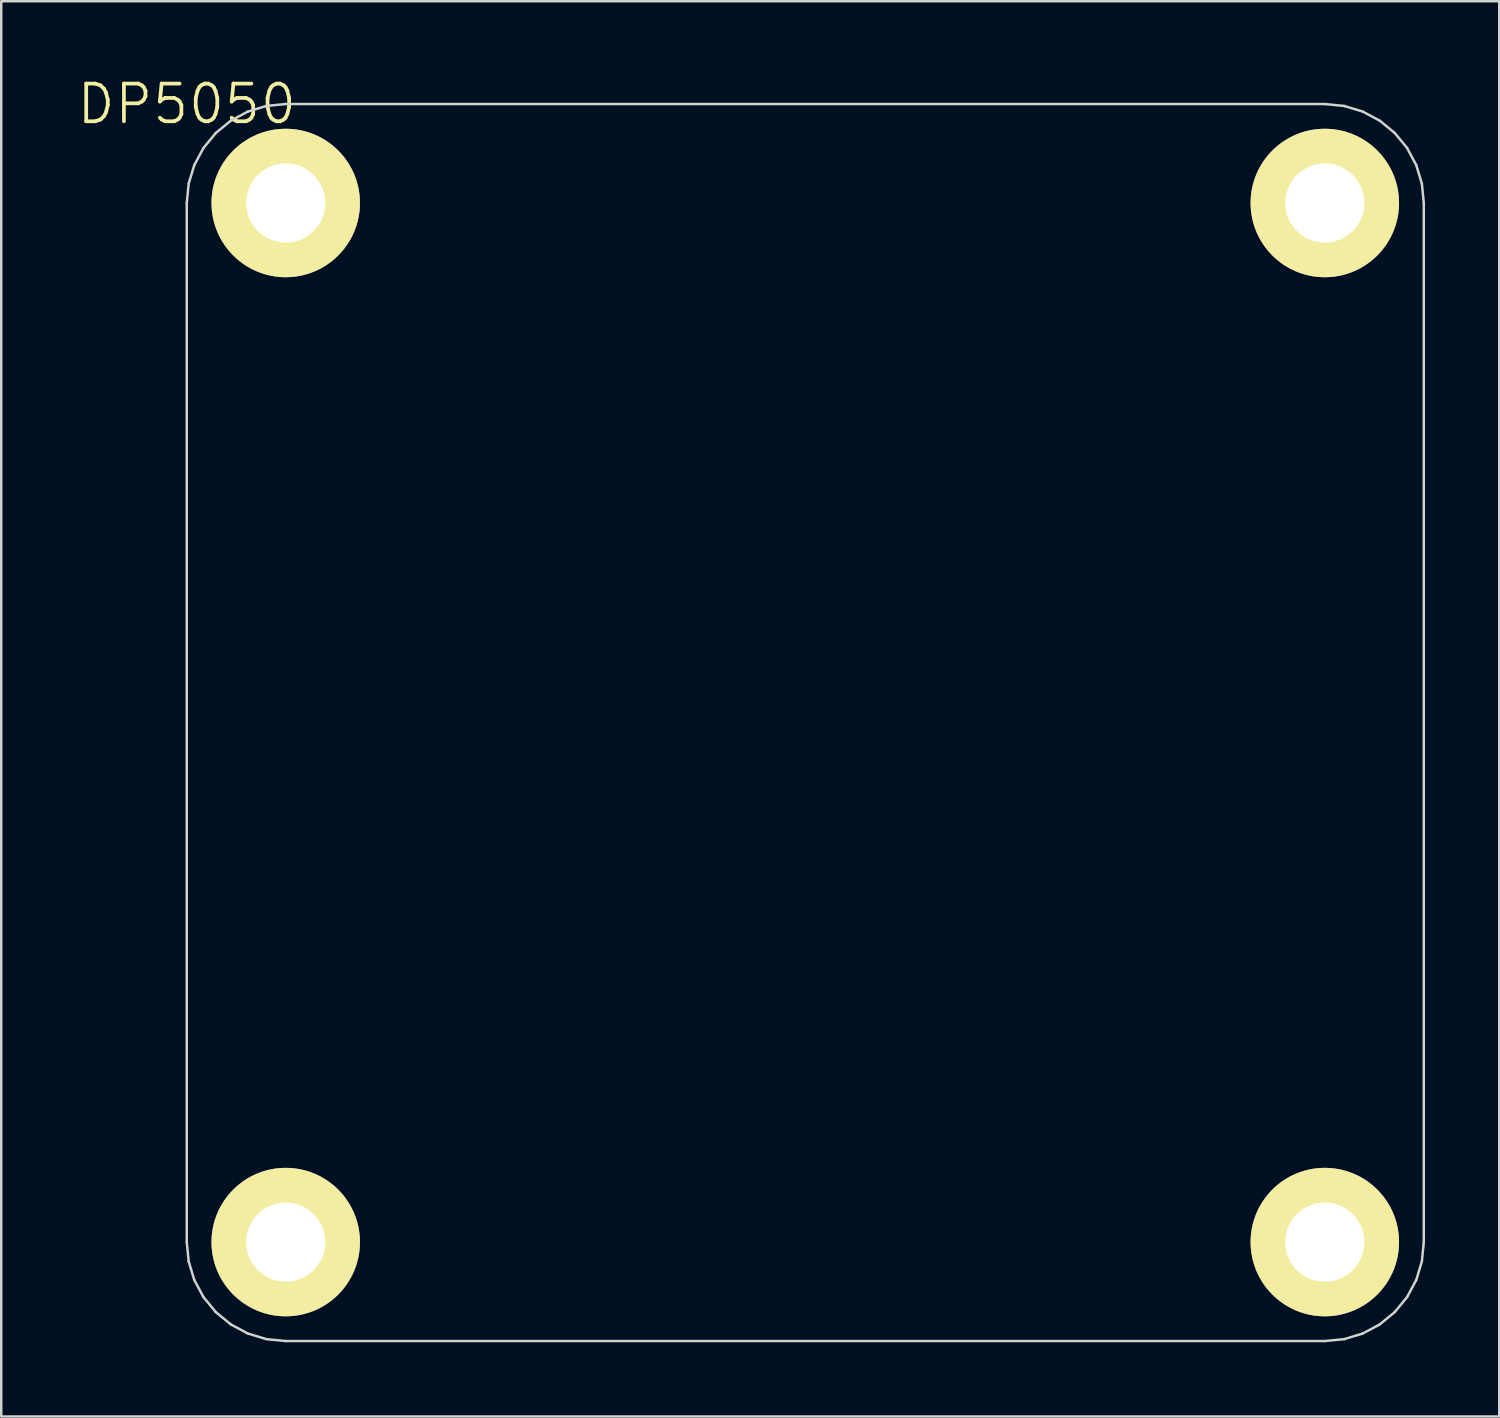
<source format=kicad_pcb>
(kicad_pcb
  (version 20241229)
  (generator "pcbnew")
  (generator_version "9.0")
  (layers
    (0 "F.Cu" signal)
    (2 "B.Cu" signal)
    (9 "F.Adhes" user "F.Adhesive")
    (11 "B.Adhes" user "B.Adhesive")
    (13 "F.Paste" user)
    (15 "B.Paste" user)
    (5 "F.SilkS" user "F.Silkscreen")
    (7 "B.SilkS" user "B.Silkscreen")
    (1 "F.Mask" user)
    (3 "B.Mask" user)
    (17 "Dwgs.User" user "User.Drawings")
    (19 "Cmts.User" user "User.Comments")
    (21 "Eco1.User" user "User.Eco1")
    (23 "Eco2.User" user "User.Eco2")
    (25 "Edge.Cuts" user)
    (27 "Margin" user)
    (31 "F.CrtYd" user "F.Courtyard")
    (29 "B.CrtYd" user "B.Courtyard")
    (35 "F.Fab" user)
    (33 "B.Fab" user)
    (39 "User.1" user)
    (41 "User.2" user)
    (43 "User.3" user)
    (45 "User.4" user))
  (footprint "DP5050"
    (layer "F.Cu")
    (at 4.499 1.155)
    (property "Reference" "DP5050" (at 0 0 0) (layer "F.SilkS") (effects (font (size 1.524 1.524) (thickness 0.15))))
    (attr through_hole)
    (fp_line (start 0 4) (end 0.077 3.22) (stroke (width 0.1) (type solid)) (layer "Edge.Cuts"))
    (fp_line (start 0 46) (end 0 4) (stroke (width 0.1) (type solid)) (layer "Edge.Cuts"))
    (fp_line (start 0.077 3.22) (end 0.304 2.469) (stroke (width 0.1) (type solid)) (layer "Edge.Cuts"))
    (fp_line (start 0.077 46.78) (end 0 46) (stroke (width 0.1) (type solid)) (layer "Edge.Cuts"))
    (fp_line (start 0.304 2.469) (end 0.674 1.778) (stroke (width 0.1) (type solid)) (layer "Edge.Cuts"))
    (fp_line (start 0.304 47.531) (end 0.077 46.78) (stroke (width 0.1) (type solid)) (layer "Edge.Cuts"))
    (fp_line (start 0.674 1.778) (end 1.172 1.172) (stroke (width 0.1) (type solid)) (layer "Edge.Cuts"))
    (fp_line (start 0.674 48.222) (end 0.304 47.531) (stroke (width 0.1) (type solid)) (layer "Edge.Cuts"))
    (fp_line (start 1.172 1.172) (end 1.778 0.674) (stroke (width 0.1) (type solid)) (layer "Edge.Cuts"))
    (fp_line (start 1.172 48.828) (end 0.674 48.222) (stroke (width 0.1) (type solid)) (layer "Edge.Cuts"))
    (fp_line (start 1.778 0.674) (end 2.469 0.304) (stroke (width 0.1) (type solid)) (layer "Edge.Cuts"))
    (fp_line (start 1.778 49.326) (end 1.172 48.828) (stroke (width 0.1) (type solid)) (layer "Edge.Cuts"))
    (fp_line (start 2.469 0.304) (end 3.22 0.077) (stroke (width 0.1) (type solid)) (layer "Edge.Cuts"))
    (fp_line (start 2.469 49.696) (end 1.778 49.326) (stroke (width 0.1) (type solid)) (layer "Edge.Cuts"))
    (fp_line (start 3.22 0.077) (end 4 0) (stroke (width 0.1) (type solid)) (layer "Edge.Cuts"))
    (fp_line (start 3.22 49.923) (end 2.469 49.696) (stroke (width 0.1) (type solid)) (layer "Edge.Cuts"))
    (fp_line (start 4 0) (end 46 0) (stroke (width 0.1) (type solid)) (layer "Edge.Cuts"))
    (fp_line (start 4 50) (end 3.22 49.923) (stroke (width 0.1) (type solid)) (layer "Edge.Cuts"))
    (fp_line (start 46 0) (end 46.78 0.077) (stroke (width 0.1) (type solid)) (layer "Edge.Cuts"))
    (fp_line (start 46 50) (end 4 50) (stroke (width 0.1) (type solid)) (layer "Edge.Cuts"))
    (fp_line (start 46.78 0.077) (end 47.531 0.304) (stroke (width 0.1) (type solid)) (layer "Edge.Cuts"))
    (fp_line (start 46.78 49.923) (end 46 50) (stroke (width 0.1) (type solid)) (layer "Edge.Cuts"))
    (fp_line (start 47.531 0.304) (end 48.222 0.674) (stroke (width 0.1) (type solid)) (layer "Edge.Cuts"))
    (fp_line (start 47.531 49.696) (end 46.78 49.923) (stroke (width 0.1) (type solid)) (layer "Edge.Cuts"))
    (fp_line (start 48.222 0.674) (end 48.828 1.172) (stroke (width 0.1) (type solid)) (layer "Edge.Cuts"))
    (fp_line (start 48.222 49.326) (end 47.531 49.696) (stroke (width 0.1) (type solid)) (layer "Edge.Cuts"))
    (fp_line (start 48.828 1.172) (end 49.326 1.778) (stroke (width 0.1) (type solid)) (layer "Edge.Cuts"))
    (fp_line (start 48.828 48.828) (end 48.222 49.326) (stroke (width 0.1) (type solid)) (layer "Edge.Cuts"))
    (fp_line (start 49.326 1.778) (end 49.696 2.469) (stroke (width 0.1) (type solid)) (layer "Edge.Cuts"))
    (fp_line (start 49.326 48.222) (end 48.828 48.828) (stroke (width 0.1) (type solid)) (layer "Edge.Cuts"))
    (fp_line (start 49.696 2.469) (end 49.923 3.22) (stroke (width 0.1) (type solid)) (layer "Edge.Cuts"))
    (fp_line (start 49.696 47.531) (end 49.326 48.222) (stroke (width 0.1) (type solid)) (layer "Edge.Cuts"))
    (fp_line (start 49.923 3.22) (end 50 4) (stroke (width 0.1) (type solid)) (layer "Edge.Cuts"))
    (fp_line (start 49.923 46.78) (end 49.696 47.531) (stroke (width 0.1) (type solid)) (layer "Edge.Cuts"))
    (fp_line (start 50 4) (end 50 46) (stroke (width 0.1) (type solid)) (layer "Edge.Cuts"))
    (fp_line (start 50 46) (end 49.923 46.78) (stroke (width 0.1) (type solid)) (layer "Edge.Cuts"))
    (pad "" np_thru_hole circle (at 4 4) (size 6 6) (drill 3.2) (layers "*.Cu" "*.Mask" "F.SilkS"))
    (pad "" np_thru_hole circle (at 4 46) (size 6 6) (drill 3.2) (layers "*.Cu" "*.Mask" "F.SilkS"))
    (pad "" np_thru_hole circle (at 46 4) (size 6 6) (drill 3.2) (layers "*.Cu" "*.Mask" "F.SilkS"))
    (pad "" np_thru_hole circle (at 46 46) (size 6 6) (drill 3.2) (layers "*.Cu" "*.Mask" "F.SilkS")))
  (gr_rect
    (start -3 -3)
    (end 57.549 54.205)
    (stroke (width 0.1) (type default))
    (fill no)
    (layer "Edge.Cuts")))
</source>
